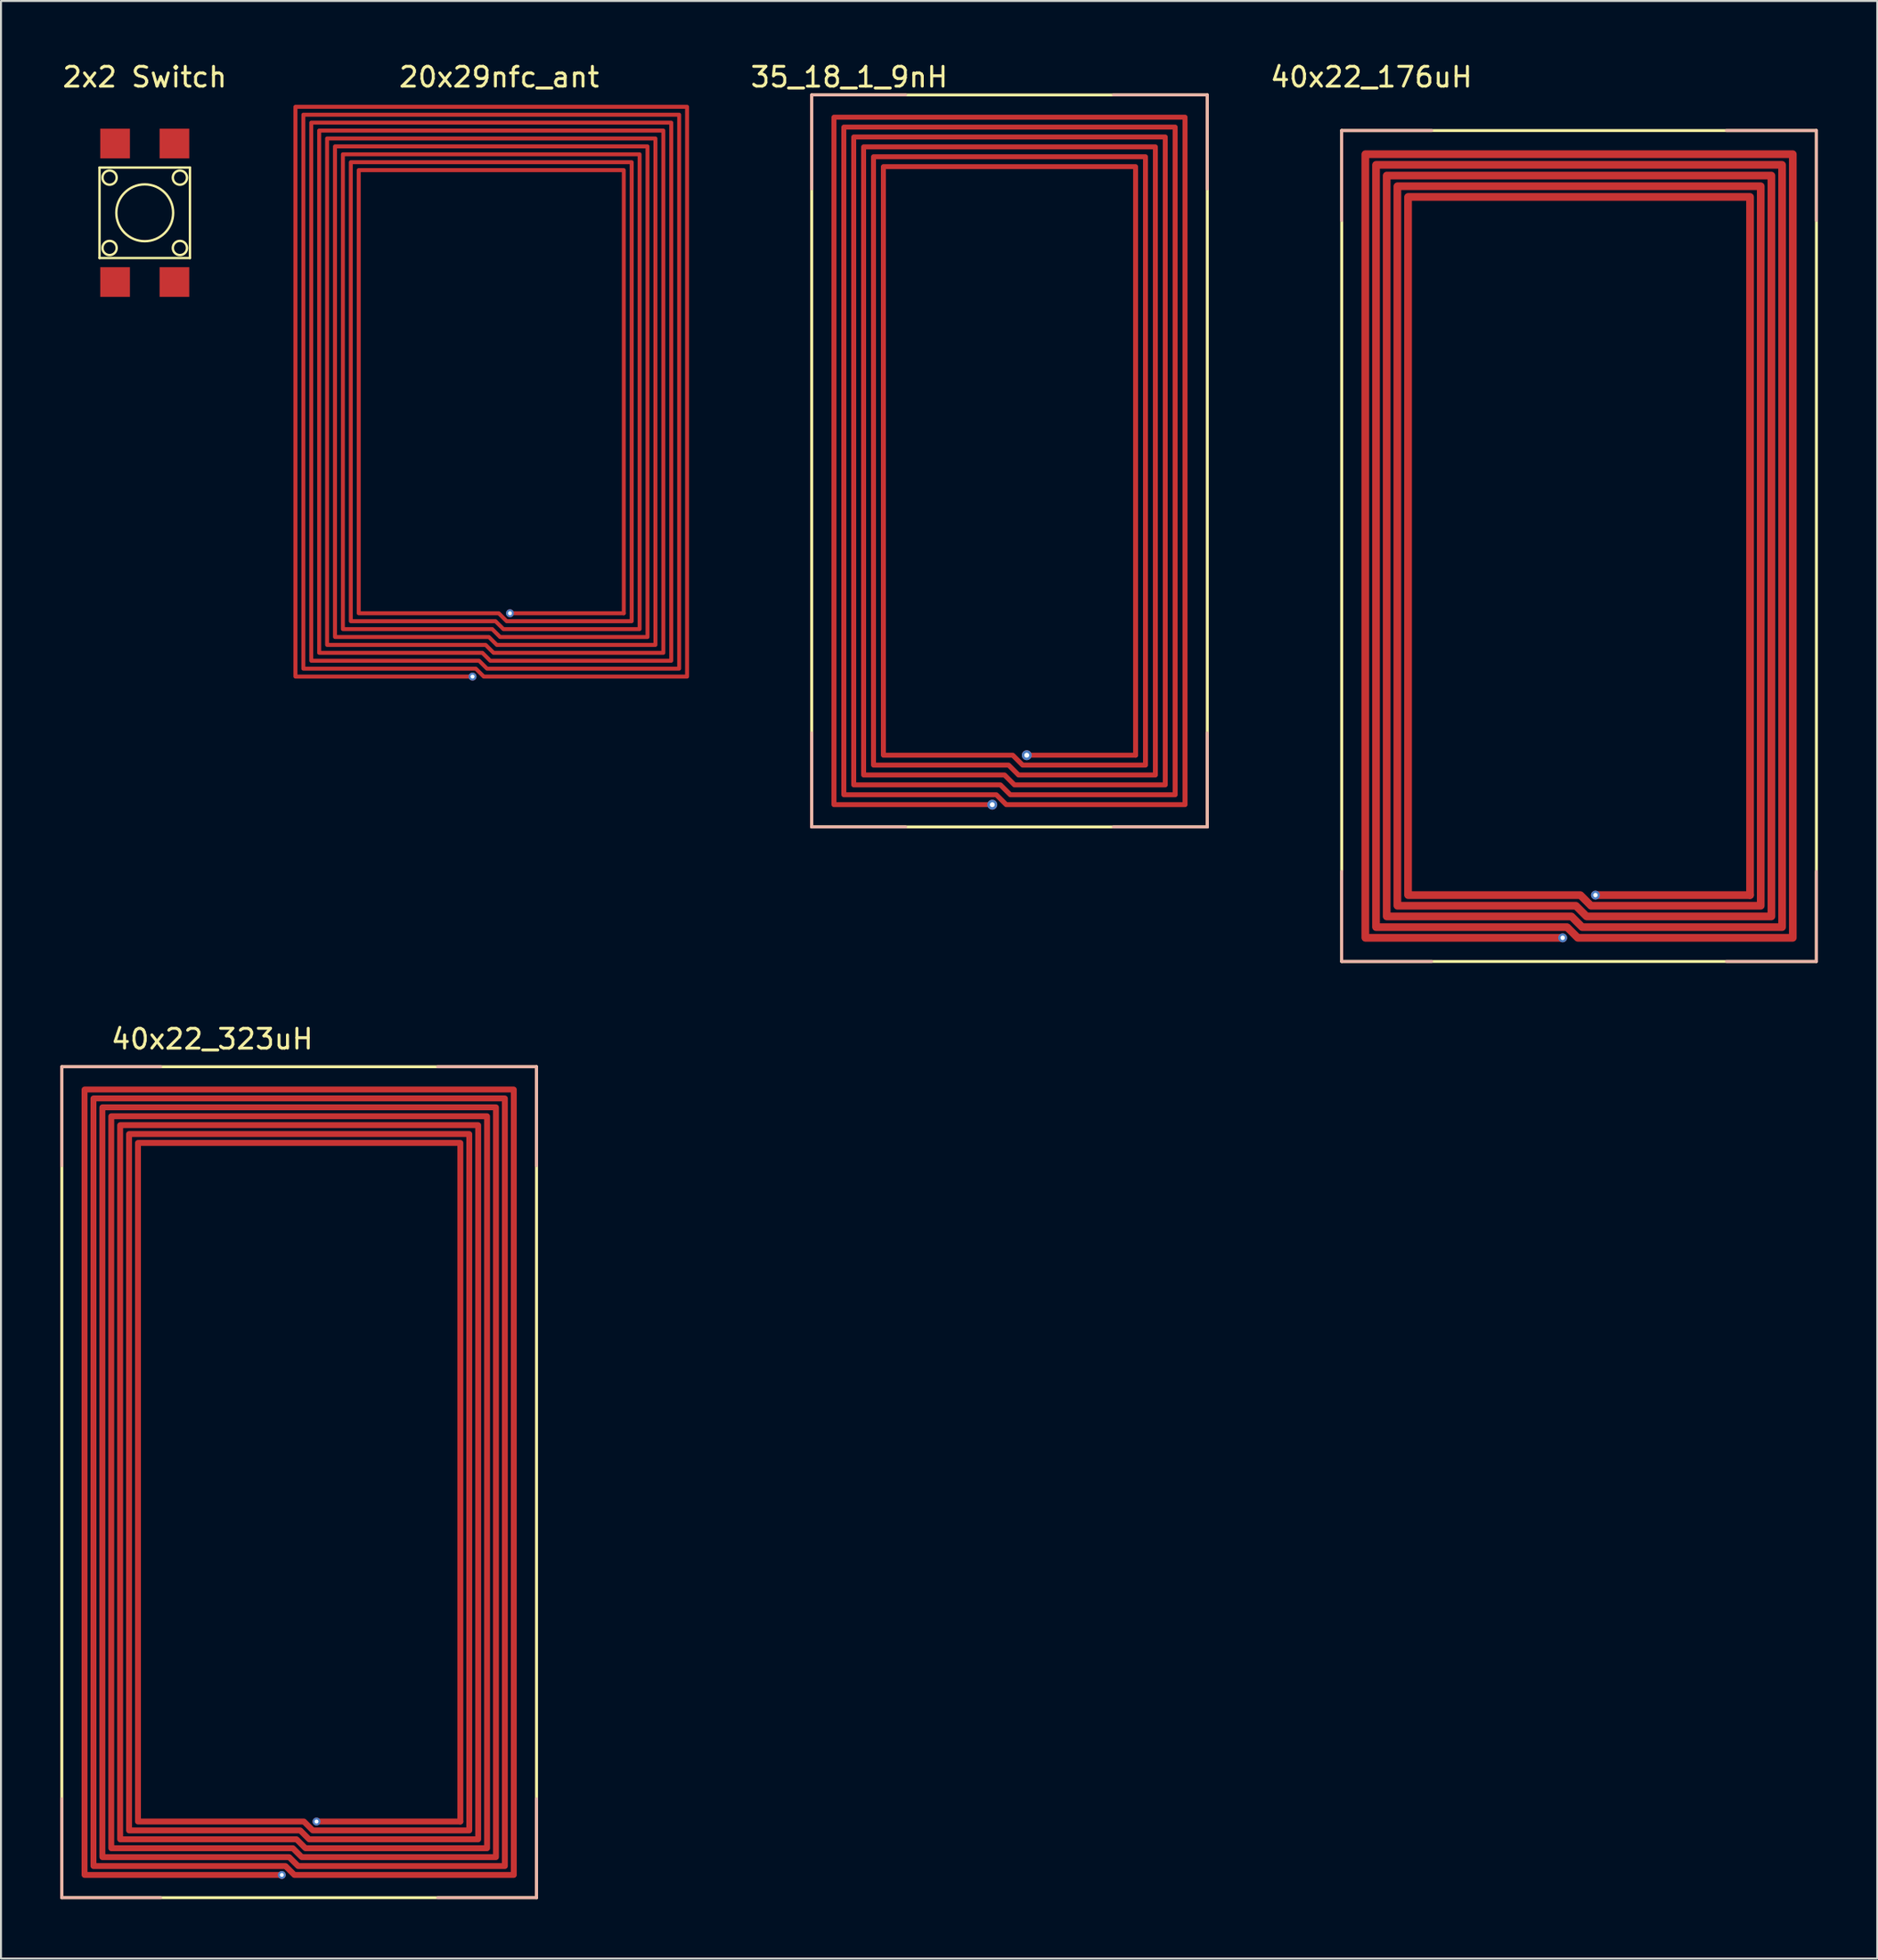
<source format=kicad_pcb>
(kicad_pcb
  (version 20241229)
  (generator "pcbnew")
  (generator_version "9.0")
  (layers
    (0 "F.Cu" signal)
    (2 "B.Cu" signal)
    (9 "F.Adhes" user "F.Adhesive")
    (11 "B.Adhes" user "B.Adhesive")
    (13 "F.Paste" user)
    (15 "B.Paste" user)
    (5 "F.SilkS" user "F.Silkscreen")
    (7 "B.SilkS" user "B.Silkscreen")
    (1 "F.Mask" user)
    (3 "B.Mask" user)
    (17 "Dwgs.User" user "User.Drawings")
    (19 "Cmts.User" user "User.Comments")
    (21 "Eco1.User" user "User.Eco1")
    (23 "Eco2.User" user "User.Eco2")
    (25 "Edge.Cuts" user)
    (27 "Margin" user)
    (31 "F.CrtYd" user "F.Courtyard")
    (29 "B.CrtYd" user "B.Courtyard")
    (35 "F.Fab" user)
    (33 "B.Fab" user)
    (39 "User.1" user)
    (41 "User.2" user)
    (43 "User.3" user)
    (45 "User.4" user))
  (footprint "2x2 Switch"
    (layer "F.Cu")
    (at 4.268 7.706)
    (property "Reference" "2x2 Switch" (at 0 -6.858 0) (layer "F.SilkS") (effects (font (size 1 1) (thickness 0.15))))
    (attr through_hole)
    (fp_line (start -2.286 -2.286) (end 2.286 -2.286) (stroke (width 0.12) (type solid)) (layer "F.SilkS"))
    (fp_line (start -2.286 2.286) (end -2.286 -2.286) (stroke (width 0.12) (type solid)) (layer "F.SilkS"))
    (fp_line (start -2.286 2.286) (end 2.286 2.286) (stroke (width 0.12) (type solid)) (layer "F.SilkS"))
    (fp_line (start 2.286 -2.286) (end 2.286 2.286) (stroke (width 0.12) (type solid)) (layer "F.SilkS"))
    (fp_circle (center -1.778 -1.778) (end -2.032 -2.032) (stroke (width 0.12) (type solid)) (fill no) (layer "F.SilkS"))
    (fp_circle (center -1.778 1.778) (end -1.524 1.524) (stroke (width 0.12) (type solid)) (fill no) (layer "F.SilkS"))
    (fp_circle (center 0 0) (end 1.016 -1.016) (stroke (width 0.12) (type solid)) (fill no) (layer "F.SilkS"))
    (fp_circle (center 1.778 -1.778) (end 2.032 -2.032) (stroke (width 0.12) (type solid)) (fill no) (layer "F.SilkS"))
    (fp_circle (center 1.778 1.778) (end 1.524 1.524) (stroke (width 0.12) (type solid)) (fill no) (layer "F.SilkS"))
    (pad "1" smd rect (at -1.5 -3.5) (size 1.5 1.5) (layers "F.Cu" "F.Mask" "F.Paste"))
    (pad "2" smd rect (at -1.5 3.5) (size 1.5 1.5) (layers "F.Cu" "F.Mask" "F.Paste"))
    (pad "3" smd rect (at 1.5 -3.5) (size 1.5 1.5) (layers "F.Cu" "F.Mask" "F.Paste"))
    (pad "4" smd rect (at 1.5 3.5) (size 1.5 1.5) (layers "F.Cu" "F.Mask" "F.Paste")))
  (footprint "40x22_176uH"
    (layer "F.Cu")
    (at 65.782 4.548)
    (property "Reference" "40x22_176uH" (at 0.5 -3.7 0) (layer "F.SilkS") (effects (font (size 1 1) (thickness 0.15))))
    (attr through_hole)
    (fp_line (start -1 -1) (end 23 -1) (stroke (width 0.15) (type solid)) (layer "F.SilkS"))
    (fp_line (start -1 41) (end -1 -1) (stroke (width 0.15) (type solid)) (layer "F.SilkS"))
    (fp_line (start 23 -1) (end 23 41) (stroke (width 0.15) (type solid)) (layer "F.SilkS"))
    (fp_line (start 23 41) (end -1 41) (stroke (width 0.15) (type solid)) (layer "F.SilkS"))
    (fp_line (start -1 -1) (end -1 3.55) (stroke (width 0.15) (type solid)) (layer "B.SilkS"))
    (fp_line (start -1 -1) (end 3.55 -1) (stroke (width 0.15) (type solid)) (layer "B.SilkS"))
    (fp_line (start -1 41) (end -1 36.45) (stroke (width 0.15) (type solid)) (layer "B.SilkS"))
    (fp_line (start -1 41) (end 3.55 41) (stroke (width 0.15) (type solid)) (layer "B.SilkS"))
    (fp_line (start 23 -1) (end 18.45 -1) (stroke (width 0.15) (type solid)) (layer "B.SilkS"))
    (fp_line (start 23 -1) (end 23 3.55) (stroke (width 0.15) (type solid)) (layer "B.SilkS"))
    (fp_line (start 23 41) (end 18.45 41) (stroke (width 0.15) (type solid)) (layer "B.SilkS"))
    (fp_line (start 23 41) (end 23 36.45) (stroke (width 0.15) (type solid)) (layer "B.SilkS"))
    (pad "1" smd custom (at 10.171 39.805) (size 0.39 0.39) (layers "F.Cu") (options (anchor circle)) (primitives (gr_line (start 0 0) (end -9.976 0) (width 0.39)) (gr_line (start -9.976 0) (end -9.976 -39.61) (width 0.39)) (gr_line (start -9.976 -39.61) (end 11.634 -39.61) (width 0.39)) (gr_line (start 11.634 -39.61) (end 11.634 0) (width 0.39)) (gr_line (start 11.634 0) (end 0.764 0) (width 0.39)) (gr_line (start 0.764 0) (end 0.224 -0.54) (width 0.39)) (gr_line (start 0.224 -0.54) (end -9.436 -0.54) (width 0.39)) (gr_line (start -9.436 -0.54) (end -9.436 -39.07) (width 0.39)) (gr_line (start -9.436 -39.07) (end 11.094 -39.07) (width 0.39)) (gr_line (start 11.094 -39.07) (end 11.094 -0.54) (width 0.39)) (gr_line (start 11.094 -0.54) (end 0.987 -0.54) (width 0.39)) (gr_line (start 0.987 -0.54) (end 0.447 -1.08) (width 0.39)) (gr_line (start 0.447 -1.08) (end -8.896 -1.08) (width 0.39)) (gr_line (start -8.896 -1.08) (end -8.896 -38.53) (width 0.39)) (gr_line (start -8.896 -38.53) (end 10.554 -38.53) (width 0.39)) (gr_line (start 10.554 -38.53) (end 10.554 -1.08) (width 0.39)) (gr_line (start 10.554 -1.08) (end 1.211 -1.08) (width 0.39)) (gr_line (start 1.211 -1.08) (end 0.671 -1.62) (width 0.39)) (gr_line (start 0.671 -1.62) (end -8.356 -1.62) (width 0.39)) (gr_line (start -8.356 -1.62) (end -8.356 -37.99) (width 0.39)) (gr_line (start -8.356 -37.99) (end 10.014 -37.99) (width 0.39)) (gr_line (start 10.014 -37.99) (end 10.014 -1.62) (width 0.39)) (gr_line (start 10.014 -1.62) (end 1.435 -1.62) (width 0.39)) (gr_line (start 1.435 -1.62) (end 0.895 -2.16) (width 0.39)) (gr_line (start 0.895 -2.16) (end -7.816 -2.16) (width 0.39)) (gr_line (start -7.816 -2.16) (end -7.816 -37.45) (width 0.39)) (gr_line (start -7.816 -37.45) (end 9.474 -37.45) (width 0.39)) (gr_line (start 9.474 -37.45) (end 9.474 -2.16) (width 0.39))))
    (pad "1" thru_hole circle (at 10.171 39.805) (size 0.45 0.45) (drill 0.225) (layers "*.Cu" "*.Mask"))
    (pad "2" smd custom (at 11.829 37.645) (size 0.39 0.39) (layers "F.Cu") (options (anchor circle)) (primitives (gr_line (start 0 0) (end 7.816 0) (width 0.39))))
    (pad "2" thru_hole circle (at 11.829 37.645) (size 0.45 0.45) (drill 0.225) (layers "*.Cu" "*.Mask")))
  (footprint "20x29nfc_ant"
    (layer "F.Cu")
    (at 11.786 2.248)
    (property "Reference" "20x29nfc_ant" (at 10.4 -1.4 0) (layer "F.SilkS") (effects (font (size 1 1) (thickness 0.15))))
    (attr through_hole)
    (pad "" smd custom (at 9.054 28.9) (size 0.2 0.2) (layers "F.Cu") (options (anchor circle)) (primitives (gr_line (start 0 0) (end -8.954 0) (width 0.2)) (gr_line (start -8.954 0) (end -8.954 -28.8) (width 0.2)) (gr_line (start -8.954 -28.8) (end 10.846 -28.8) (width 0.2)) (gr_line (start 10.846 -28.8) (end 10.846 0) (width 0.2)) (gr_line (start 10.846 0) (end 0.566 0) (width 0.2)) (gr_line (start 0.566 0) (end 0.166 -0.4) (width 0.2)) (gr_line (start 0.166 -0.4) (end -8.554 -0.4) (width 0.2)) (gr_line (start -8.554 -0.4) (end -8.554 -28.4) (width 0.2)) (gr_line (start -8.554 -28.4) (end 10.446 -28.4) (width 0.2)) (gr_line (start 10.446 -28.4) (end 10.446 -0.4) (width 0.2)) (gr_line (start 10.446 -0.4) (end 0.731 -0.4) (width 0.2)) (gr_line (start 0.731 -0.4) (end 0.331 -0.8) (width 0.2)) (gr_line (start 0.331 -0.8) (end -8.154 -0.8) (width 0.2)) (gr_line (start -8.154 -0.8) (end -8.154 -28) (width 0.2)) (gr_line (start -8.154 -28) (end 10.046 -28) (width 0.2)) (gr_line (start 10.046 -28) (end 10.046 -0.8) (width 0.2)) (gr_line (start 10.046 -0.8) (end 0.897 -0.8) (width 0.2)) (gr_line (start 0.897 -0.8) (end 0.497 -1.2) (width 0.2)) (gr_line (start 0.497 -1.2) (end -7.754 -1.2) (width 0.2)) (gr_line (start -7.754 -1.2) (end -7.754 -27.6) (width 0.2)) (gr_line (start -7.754 -27.6) (end 9.646 -27.6) (width 0.2)) (gr_line (start 9.646 -27.6) (end 9.646 -1.2) (width 0.2)) (gr_line (start 9.646 -1.2) (end 1.063 -1.2) (width 0.2)) (gr_line (start 1.063 -1.2) (end 0.663 -1.6) (width 0.2)) (gr_line (start 0.663 -1.6) (end -7.354 -1.6) (width 0.2)) (gr_line (start -7.354 -1.6) (end -7.354 -27.2) (width 0.2)) (gr_line (start -7.354 -27.2) (end 9.246 -27.2) (width 0.2)) (gr_line (start 9.246 -27.2) (end 9.246 -1.6) (width 0.2)) (gr_line (start 9.246 -1.6) (end 1.228 -1.6) (width 0.2)) (gr_line (start 1.228 -1.6) (end 0.828 -2) (width 0.2)) (gr_line (start 0.828 -2) (end -6.954 -2) (width 0.2)) (gr_line (start -6.954 -2) (end -6.954 -26.8) (width 0.2)) (gr_line (start -6.954 -26.8) (end 8.846 -26.8) (width 0.2)) (gr_line (start 8.846 -26.8) (end 8.846 -2) (width 0.2)) (gr_line (start 8.846 -2) (end 1.394 -2) (width 0.2)) (gr_line (start 1.394 -2) (end 0.994 -2.4) (width 0.2)) (gr_line (start 0.994 -2.4) (end -6.554 -2.4) (width 0.2)) (gr_line (start -6.554 -2.4) (end -6.554 -26.4) (width 0.2)) (gr_line (start -6.554 -26.4) (end 8.446 -26.4) (width 0.2)) (gr_line (start 8.446 -26.4) (end 8.446 -2.4) (width 0.2)) (gr_line (start 8.446 -2.4) (end 1.56 -2.4) (width 0.2)) (gr_line (start 1.56 -2.4) (end 1.16 -2.8) (width 0.2)) (gr_line (start 1.16 -2.8) (end -6.154 -2.8) (width 0.2)) (gr_line (start -6.154 -2.8) (end -6.154 -26) (width 0.2)) (gr_line (start -6.154 -26) (end 8.046 -26) (width 0.2)) (gr_line (start 8.046 -26) (end 8.046 -2.8) (width 0.2)) (gr_line (start 8.046 -2.8) (end 1.725 -2.8) (width 0.2)) (gr_line (start 1.725 -2.8) (end 1.325 -3.2) (width 0.2)) (gr_line (start 1.325 -3.2) (end -5.754 -3.2) (width 0.2)) (gr_line (start -5.754 -3.2) (end -5.754 -25.6) (width 0.2)) (gr_line (start -5.754 -25.6) (end 7.646 -25.6) (width 0.2)) (gr_line (start 7.646 -25.6) (end 7.646 -3.2) (width 0.2))))
    (pad "1" thru_hole circle (at 9.054 28.9) (size 0.4 0.4) (drill 0.2) (layers "*.Cu" "*.Mask"))
    (pad "2" smd custom (at 10.946 25.7) (size 0.2 0.2) (layers "F.Cu") (options (anchor circle)) (primitives (gr_line (start 0 0) (end 5.754 0) (width 0.2))))
    (pad "2" thru_hole circle (at 10.946 25.7) (size 0.4 0.4) (drill 0.2) (layers "*.Cu" "*.Mask")))
  (footprint "35_18_1_9nH"
    (layer "F.Cu")
    (at 38.987 2.748)
    (property "Reference" "35_18_1_9nH" (at 0.9 -1.9 0) (layer "F.SilkS") (effects (font (size 1 1) (thickness 0.15))))
    (attr through_hole)
    (fp_line (start -1 -1) (end 19 -1) (stroke (width 0.15) (type solid)) (layer "F.SilkS"))
    (fp_line (start -1 36) (end -1 -1) (stroke (width 0.15) (type solid)) (layer "F.SilkS"))
    (fp_line (start 19 -1) (end 19 36) (stroke (width 0.15) (type solid)) (layer "F.SilkS"))
    (fp_line (start 19 36) (end -1 36) (stroke (width 0.15) (type solid)) (layer "F.SilkS"))
    (fp_line (start -1 -1) (end -1 3.75) (stroke (width 0.15) (type solid)) (layer "B.SilkS"))
    (fp_line (start -1 -1) (end 3.75 -1) (stroke (width 0.15) (type solid)) (layer "B.SilkS"))
    (fp_line (start -1 36) (end -1 31.25) (stroke (width 0.15) (type solid)) (layer "B.SilkS"))
    (fp_line (start -1 36) (end 3.75 36) (stroke (width 0.15) (type solid)) (layer "B.SilkS"))
    (fp_line (start 19 -1) (end 14.25 -1) (stroke (width 0.15) (type solid)) (layer "B.SilkS"))
    (fp_line (start 19 -1) (end 19 3.75) (stroke (width 0.15) (type solid)) (layer "B.SilkS"))
    (fp_line (start 19 36) (end 14.25 36) (stroke (width 0.15) (type solid)) (layer "B.SilkS"))
    (fp_line (start 19 36) (end 19 31.25) (stroke (width 0.15) (type solid)) (layer "B.SilkS"))
    (pad "1" smd custom (at 8.129 34.875) (size 0.25 0.25) (layers "F.Cu") (options (anchor circle)) (primitives (gr_line (start 0 0) (end -8.004 0) (width 0.25)) (gr_line (start -8.004 0) (end -8.004 -34.75) (width 0.25)) (gr_line (start -8.004 -34.75) (end 9.746 -34.75) (width 0.25)) (gr_line (start 9.746 -34.75) (end 9.746 0) (width 0.25)) (gr_line (start 9.746 0) (end 0.707 0) (width 0.25)) (gr_line (start 0.707 0) (end 0.207 -0.5) (width 0.25)) (gr_line (start 0.207 -0.5) (end -7.504 -0.5) (width 0.25)) (gr_line (start -7.504 -0.5) (end -7.504 -34.25) (width 0.25)) (gr_line (start -7.504 -34.25) (end 9.246 -34.25) (width 0.25)) (gr_line (start 9.246 -34.25) (end 9.246 -0.5) (width 0.25)) (gr_line (start 9.246 -0.5) (end 0.914 -0.5) (width 0.25)) (gr_line (start 0.914 -0.5) (end 0.414 -1) (width 0.25)) (gr_line (start 0.414 -1) (end -7.004 -1) (width 0.25)) (gr_line (start -7.004 -1) (end -7.004 -33.75) (width 0.25)) (gr_line (start -7.004 -33.75) (end 8.746 -33.75) (width 0.25)) (gr_line (start 8.746 -33.75) (end 8.746 -1) (width 0.25)) (gr_line (start 8.746 -1) (end 1.121 -1) (width 0.25)) (gr_line (start 1.121 -1) (end 0.621 -1.5) (width 0.25)) (gr_line (start 0.621 -1.5) (end -6.504 -1.5) (width 0.25)) (gr_line (start -6.504 -1.5) (end -6.504 -33.25) (width 0.25)) (gr_line (start -6.504 -33.25) (end 8.246 -33.25) (width 0.25)) (gr_line (start 8.246 -33.25) (end 8.246 -1.5) (width 0.25)) (gr_line (start 8.246 -1.5) (end 1.328 -1.5) (width 0.25)) (gr_line (start 1.328 -1.5) (end 0.828 -2) (width 0.25)) (gr_line (start 0.828 -2) (end -6.004 -2) (width 0.25)) (gr_line (start -6.004 -2) (end -6.004 -32.75) (width 0.25)) (gr_line (start -6.004 -32.75) (end 7.746 -32.75) (width 0.25)) (gr_line (start 7.746 -32.75) (end 7.746 -2) (width 0.25)) (gr_line (start 7.746 -2) (end 1.536 -2) (width 0.25)) (gr_line (start 1.536 -2) (end 1.036 -2.5) (width 0.25)) (gr_line (start 1.036 -2.5) (end -5.504 -2.5) (width 0.25)) (gr_line (start -5.504 -2.5) (end -5.504 -32.25) (width 0.25)) (gr_line (start -5.504 -32.25) (end 7.246 -32.25) (width 0.25)) (gr_line (start 7.246 -32.25) (end 7.246 -2.5) (width 0.25))))
    (pad "1" thru_hole circle (at 8.129 34.875) (size 0.5 0.5) (drill 0.25) (layers "*.Cu" "*.Mask"))
    (pad "2" smd custom (at 9.871 32.375) (size 0.25 0.25) (layers "F.Cu") (options (anchor circle)) (primitives (gr_line (start 0 0) (end 5.504 0) (width 0.25))))
    (pad "2" thru_hole circle (at 9.871 32.375) (size 0.5 0.5) (drill 0.25) (layers "*.Cu" "*.Mask")))
  (footprint "40x22_323uH"
    (layer "F.Cu")
    (at 1.075 51.871)
    (property "Reference" "40x22_323uH" (at 6.6 -2.4 0) (layer "F.SilkS") (effects (font (size 1 1) (thickness 0.15))))
    (attr through_hole)
    (fp_line (start -1 -1) (end 23 -1) (stroke (width 0.15) (type solid)) (layer "F.SilkS"))
    (fp_line (start -1 41) (end -1 -1) (stroke (width 0.15) (type solid)) (layer "F.SilkS"))
    (fp_line (start 23 -1) (end 23 41) (stroke (width 0.15) (type solid)) (layer "F.SilkS"))
    (fp_line (start 23 41) (end -1 41) (stroke (width 0.15) (type solid)) (layer "F.SilkS"))
    (fp_line (start -1 -1) (end -1 4) (stroke (width 0.15) (type solid)) (layer "B.SilkS"))
    (fp_line (start -1 -1) (end 4 -1) (stroke (width 0.15) (type solid)) (layer "B.SilkS"))
    (fp_line (start -1 41) (end -1 36) (stroke (width 0.15) (type solid)) (layer "B.SilkS"))
    (fp_line (start -1 41) (end 4 41) (stroke (width 0.15) (type solid)) (layer "B.SilkS"))
    (fp_line (start 23 -1) (end 18 -1) (stroke (width 0.15) (type solid)) (layer "B.SilkS"))
    (fp_line (start 23 -1) (end 23 4) (stroke (width 0.15) (type solid)) (layer "B.SilkS"))
    (fp_line (start 23 41) (end 18 41) (stroke (width 0.15) (type solid)) (layer "B.SilkS"))
    (fp_line (start 23 41) (end 23 36) (stroke (width 0.15) (type solid)) (layer "B.SilkS"))
    (pad "1" smd custom (at 10.123 39.85) (size 0.3 0.3) (layers "F.Cu") (options (anchor circle)) (primitives (gr_line (start 0 0) (end -9.973 0) (width 0.3)) (gr_line (start -9.973 0) (end -9.973 -39.7) (width 0.3)) (gr_line (start -9.973 -39.7) (end 11.727 -39.7) (width 0.3)) (gr_line (start 11.727 -39.7) (end 11.727 0) (width 0.3)) (gr_line (start 11.727 0) (end 0.636 0) (width 0.3)) (gr_line (start 0.636 0) (end 0.186 -0.45) (width 0.3)) (gr_line (start 0.186 -0.45) (end -9.523 -0.45) (width 0.3)) (gr_line (start -9.523 -0.45) (end -9.523 -39.25) (width 0.3)) (gr_line (start -9.523 -39.25) (end 11.277 -39.25) (width 0.3)) (gr_line (start 11.277 -39.25) (end 11.277 -0.45) (width 0.3)) (gr_line (start 11.277 -0.45) (end 0.823 -0.45) (width 0.3)) (gr_line (start 0.823 -0.45) (end 0.373 -0.9) (width 0.3)) (gr_line (start 0.373 -0.9) (end -9.073 -0.9) (width 0.3)) (gr_line (start -9.073 -0.9) (end -9.073 -38.8) (width 0.3)) (gr_line (start -9.073 -38.8) (end 10.827 -38.8) (width 0.3)) (gr_line (start 10.827 -38.8) (end 10.827 -0.9) (width 0.3)) (gr_line (start 10.827 -0.9) (end 1.009 -0.9) (width 0.3)) (gr_line (start 1.009 -0.9) (end 0.559 -1.35) (width 0.3)) (gr_line (start 0.559 -1.35) (end -8.623 -1.35) (width 0.3)) (gr_line (start -8.623 -1.35) (end -8.623 -38.35) (width 0.3)) (gr_line (start -8.623 -38.35) (end 10.377 -38.35) (width 0.3)) (gr_line (start 10.377 -38.35) (end 10.377 -1.35) (width 0.3)) (gr_line (start 10.377 -1.35) (end 1.196 -1.35) (width 0.3)) (gr_line (start 1.196 -1.35) (end 0.746 -1.8) (width 0.3)) (gr_line (start 0.746 -1.8) (end -8.173 -1.8) (width 0.3)) (gr_line (start -8.173 -1.8) (end -8.173 -37.9) (width 0.3)) (gr_line (start -8.173 -37.9) (end 9.927 -37.9) (width 0.3)) (gr_line (start 9.927 -37.9) (end 9.927 -1.8) (width 0.3)) (gr_line (start 9.927 -1.8) (end 1.382 -1.8) (width 0.3)) (gr_line (start 1.382 -1.8) (end 0.932 -2.25) (width 0.3)) (gr_line (start 0.932 -2.25) (end -7.723 -2.25) (width 0.3)) (gr_line (start -7.723 -2.25) (end -7.723 -37.45) (width 0.3)) (gr_line (start -7.723 -37.45) (end 9.477 -37.45) (width 0.3)) (gr_line (start 9.477 -37.45) (end 9.477 -2.25) (width 0.3)) (gr_line (start 9.477 -2.25) (end 1.568 -2.25) (width 0.3)) (gr_line (start 1.568 -2.25) (end 1.118 -2.7) (width 0.3)) (gr_line (start 1.118 -2.7) (end -7.273 -2.7) (width 0.3)) (gr_line (start -7.273 -2.7) (end -7.273 -37) (width 0.3)) (gr_line (start -7.273 -37) (end 9.027 -37) (width 0.3)) (gr_line (start 9.027 -37) (end 9.027 -2.7) (width 0.3))))
    (pad "1" thru_hole circle (at 10.123 39.85) (size 0.4 0.4) (drill 0.2) (layers "*.Cu" "*.Mask"))
    (pad "2" smd custom (at 11.877 37.15) (size 0.3 0.3) (layers "F.Cu") (options (anchor circle)) (primitives (gr_line (start 0 0) (end 7.273 0) (width 0.3))))
    (pad "2" thru_hole circle (at 11.877 37.15) (size 0.4 0.4) (drill 0.2) (layers "*.Cu" "*.Mask")))
  (gr_rect
    (start -3 -3)
    (end 91.857 95.947)
    (stroke (width 0.1) (type default))
    (fill no)
    (layer "Edge.Cuts")))
</source>
